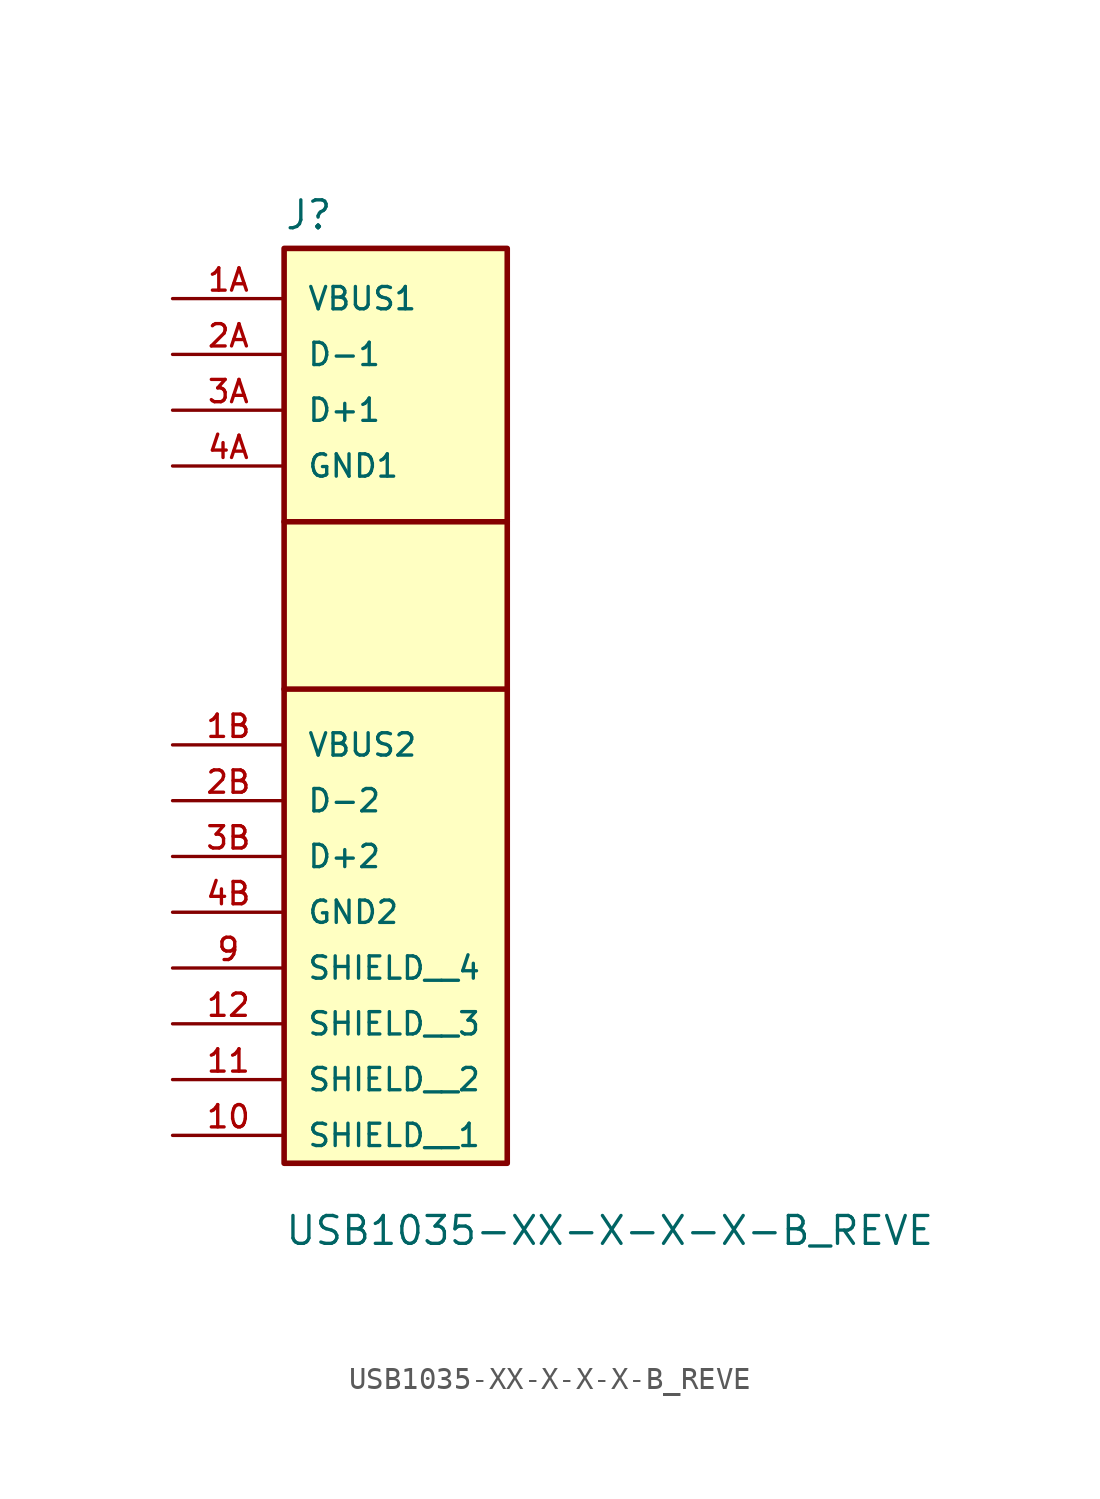
<source format=kicad_sym>
(kicad_symbol_lib
  (version 20220914)
  (generator kicad_symbol_editor)
  (symbol "USB1035-XX-X-X-X-B_REVE"
    (pin_names
      (offset 1.016))
    (property "Reference" "J"
      (at -5.085 18.305 0)
      (effects (font (size 1.27 1.27)) (justify left bottom)))
    (property "Value" "USB1035-XX-X-X-X-B_REVE"
      (at -5.08 -27.94 0)
      (effects (font (size 1.27 1.27)) (justify left bottom)))
    (symbol "USB1035-XX-X-X-X-B_REVE_0_0"
      (rectangle (start -5.08 17.526) (end 5.08 -24.13) (stroke (width 0.254) (type default)) (fill (type background)))
      (polyline (pts (xy -5.08 -2.54) (xy 5.08 -2.54)) (stroke (width 0.254) (type default)) (fill (type none)))
      (polyline (pts (xy 5.08 5.08) (xy -5.08 5.08)) (stroke (width 0.254) (type default)) (fill (type none)))
      (pin power_in line (at -10.16 -22.86 0) (length 5.08) (name "SHIELD__1" (effects (font (size 1.016 1.016)))) (number "10" (effects (font (size 1.016 1.016)))))
      (pin power_in line (at -10.16 -20.32 0) (length 5.08) (name "SHIELD__2" (effects (font (size 1.016 1.016)))) (number "11" (effects (font (size 1.016 1.016)))))
      (pin power_in line (at -10.16 -17.78 0) (length 5.08) (name "SHIELD__3" (effects (font (size 1.016 1.016)))) (number "12" (effects (font (size 1.016 1.016)))))
      (pin power_in line (at -10.16 15.24 0) (length 5.08) (name "VBUS1" (effects (font (size 1.016 1.016)))) (number "1A" (effects (font (size 1.016 1.016)))))
      (pin power_in line (at -10.16 -5.08 0) (length 5.08) (name "VBUS2" (effects (font (size 1.016 1.016)))) (number "1B" (effects (font (size 1.016 1.016)))))
      (pin bidirectional line (at -10.16 12.7 0) (length 5.08) (name "D-1" (effects (font (size 1.016 1.016)))) (number "2A" (effects (font (size 1.016 1.016)))))
      (pin bidirectional line (at -10.16 -7.62 0) (length 5.08) (name "D-2" (effects (font (size 1.016 1.016)))) (number "2B" (effects (font (size 1.016 1.016)))))
      (pin bidirectional line (at -10.16 10.16 0) (length 5.08) (name "D+1" (effects (font (size 1.016 1.016)))) (number "3A" (effects (font (size 1.016 1.016)))))
      (pin bidirectional line (at -10.16 -10.16 0) (length 5.08) (name "D+2" (effects (font (size 1.016 1.016)))) (number "3B" (effects (font (size 1.016 1.016)))))
      (pin power_in line (at -10.16 7.62 0) (length 5.08) (name "GND1" (effects (font (size 1.016 1.016)))) (number "4A" (effects (font (size 1.016 1.016)))))
      (pin power_in line (at -10.16 -12.7 0) (length 5.08) (name "GND2" (effects (font (size 1.016 1.016)))) (number "4B" (effects (font (size 1.016 1.016))))))
    (symbol "USB1035-XX-X-X-X-B_REVE_1_0"
      (pin power_in line (at -10.16 -15.24 0) (length 5.08) (name "SHIELD__4" (effects (font (size 1.016 1.016)))) (number "9" (effects (font (size 1.016 1.016))))))))
</source>
